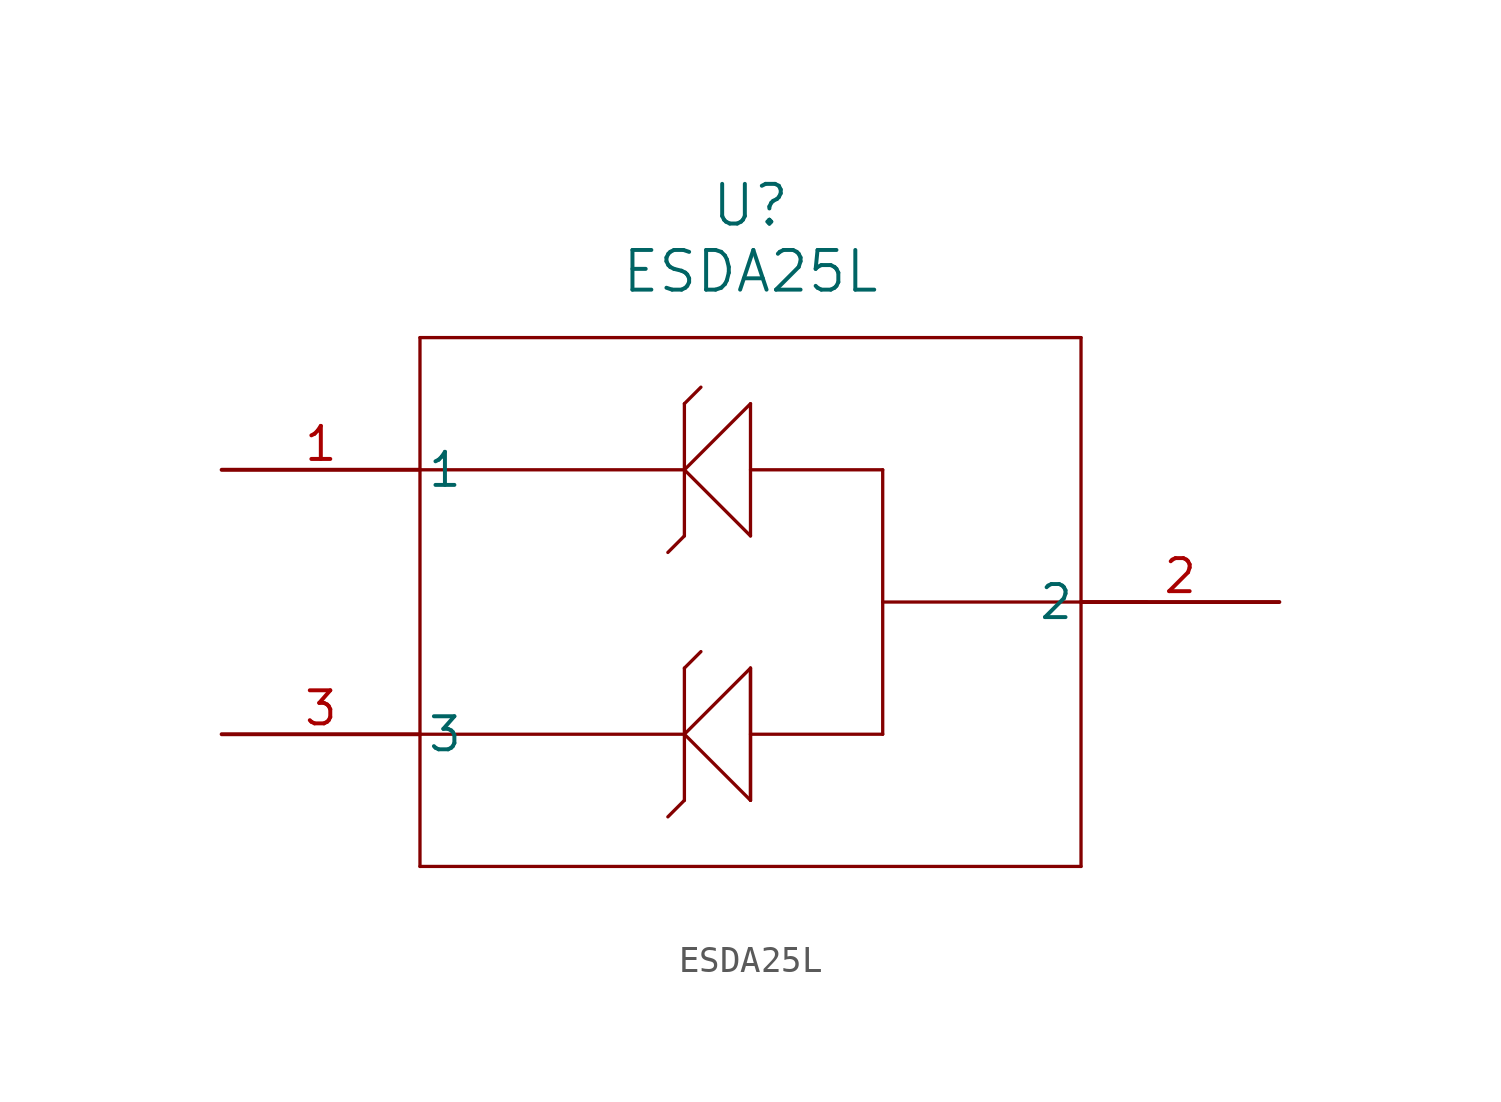
<source format=kicad_sym>
(kicad_symbol_lib
  (version 20211014)
  (generator kicad_symbol_editor)
  (symbol "ESDA25L"
    (pin_names
      (offset 0.254))
    (property "Reference" "U"
      (at 20.32 10.16 0)
      (effects (font (size 1.524 1.524))))
    (property "Value" "ESDA25L"
      (at 20.32 7.62 0)
      (effects (font (size 1.524 1.524))))
    (symbol "ESDA25L_0_1"
      (polyline (pts (xy 7.62 5.08) (xy 7.62 -15.24)) (stroke (width 0.127) (type default) (color 0 0 0 0)) (fill (type none)))
      (polyline (pts (xy 7.62 -15.24) (xy 33.02 -15.24)) (stroke (width 0.127) (type default) (color 0 0 0 0)) (fill (type none)))
      (polyline (pts (xy 33.02 -15.24) (xy 33.02 5.08)) (stroke (width 0.127) (type default) (color 0 0 0 0)) (fill (type none)))
      (polyline (pts (xy 33.02 5.08) (xy 7.62 5.08)) (stroke (width 0.127) (type default) (color 0 0 0 0)) (fill (type none)))
      (polyline (pts (xy 7.62 0) (xy 17.78 0)) (stroke (width 0.127) (type default) (color 0 0 0 0)) (fill (type none)))
      (polyline (pts (xy 17.78 -2.54) (xy 17.78 2.54)) (stroke (width 0.127) (type default) (color 0 0 0 0)) (fill (type none)))
      (polyline (pts (xy 17.78 0) (xy 20.32 2.54)) (stroke (width 0.127) (type default) (color 0 0 0 0)) (fill (type none)))
      (polyline (pts (xy 20.32 2.54) (xy 20.32 -2.54)) (stroke (width 0.127) (type default) (color 0 0 0 0)) (fill (type none)))
      (polyline (pts (xy 20.32 -2.54) (xy 17.78 0)) (stroke (width 0.127) (type default) (color 0 0 0 0)) (fill (type none)))
      (polyline (pts (xy 7.62 -10.16) (xy 17.78 -10.16)) (stroke (width 0.127) (type default) (color 0 0 0 0)) (fill (type none)))
      (polyline (pts (xy 17.78 -12.7) (xy 17.78 -7.62)) (stroke (width 0.127) (type default) (color 0 0 0 0)) (fill (type none)))
      (polyline (pts (xy 17.78 -10.16) (xy 20.32 -7.62)) (stroke (width 0.127) (type default) (color 0 0 0 0)) (fill (type none)))
      (polyline (pts (xy 20.32 -7.62) (xy 20.32 -12.7)) (stroke (width 0.127) (type default) (color 0 0 0 0)) (fill (type none)))
      (polyline (pts (xy 20.32 -12.7) (xy 20.32 -7.62)) (stroke (width 0.127) (type default) (color 0 0 0 0)) (fill (type none)))
      (polyline (pts (xy 20.32 -12.7) (xy 17.78 -10.16)) (stroke (width 0.127) (type default) (color 0 0 0 0)) (fill (type none)))
      (polyline (pts (xy 20.32 -10.16) (xy 25.4 -10.16)) (stroke (width 0.127) (type default) (color 0 0 0 0)) (fill (type none)))
      (polyline (pts (xy 25.4 -10.16) (xy 25.4 0)) (stroke (width 0.127) (type default) (color 0 0 0 0)) (fill (type none)))
      (polyline (pts (xy 25.4 0) (xy 20.32 0)) (stroke (width 0.127) (type default) (color 0 0 0 0)) (fill (type none)))
      (polyline (pts (xy 25.4 -5.08) (xy 35.56 -5.08)) (stroke (width 0.127) (type default) (color 0 0 0 0)) (fill (type none)))
      (polyline (pts (xy 17.78 -12.7) (xy 17.145 -13.335)) (stroke (width 0.127) (type default) (color 0 0 0 0)) (fill (type none)))
      (polyline (pts (xy 17.78 -7.62) (xy 18.415 -6.985)) (stroke (width 0.127) (type default) (color 0 0 0 0)) (fill (type none)))
      (polyline (pts (xy 17.78 -2.54) (xy 17.145 -3.175)) (stroke (width 0.127) (type default) (color 0 0 0 0)) (fill (type none)))
      (polyline (pts (xy 17.78 2.54) (xy 18.415 3.175)) (stroke (width 0.127) (type default) (color 0 0 0 0)) (fill (type none)))
      (pin unspecified line (at 0 0 0) (length 7.62) (name "1" (effects (font (size 1.27 1.27)))) (number "1" (effects (font (size 1.27 1.27)))))
      (pin unspecified line (at 40.64 -5.08 180) (length 7.62) (name "2" (effects (font (size 1.27 1.27)))) (number "2" (effects (font (size 1.27 1.27)))))
      (pin unspecified line (at 0 -10.16 0) (length 7.62) (name "3" (effects (font (size 1.27 1.27)))) (number "3" (effects (font (size 1.27 1.27))))))))
</source>
